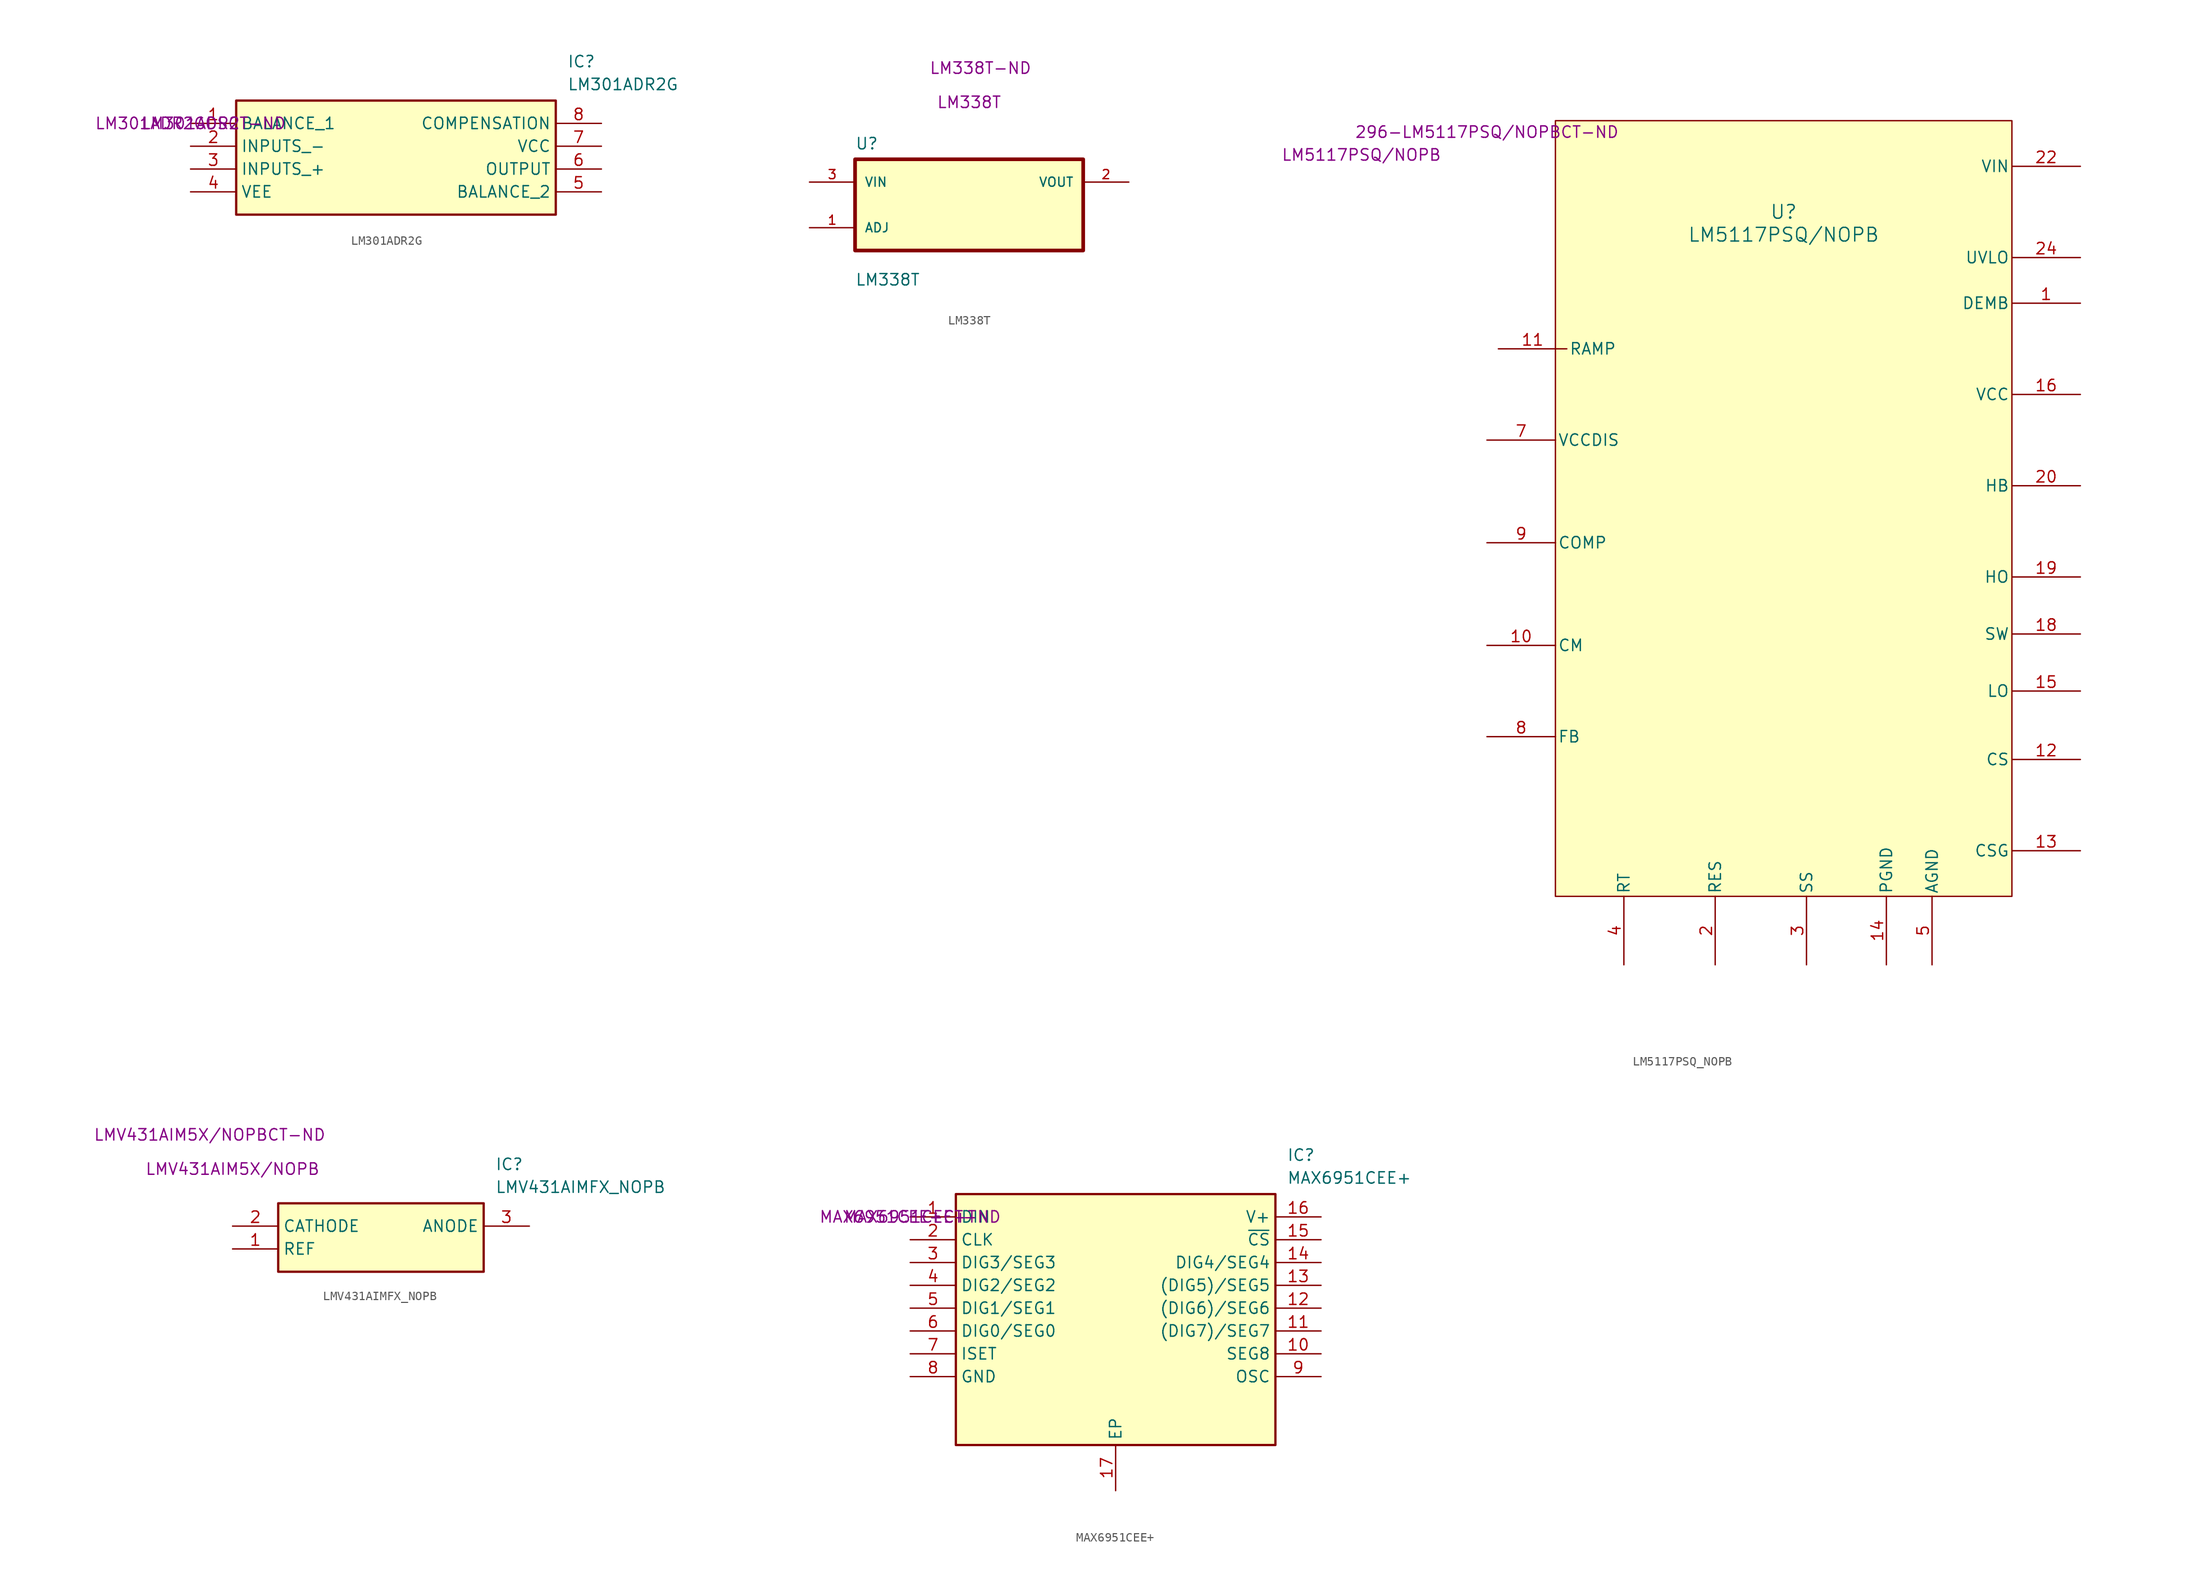
<source format=kicad_sym>
(kicad_symbol_lib
  (version 20220914)
  (generator kicad_symbol_editor)
  (symbol "LM301ADR2G"
    (property "Reference" "IC"
      (at 41.91 7.62 0)
      (effects (font (size 1.27 1.27)) (justify left top)))
    (property "Value" "LM301ADR2G"
      (at 41.91 5.08 0)
      (effects (font (size 1.27 1.27)) (justify left top)))
    (property "MPN" "LM301ADR2"
      (at 0 0 0)
      (effects (font (size 1.27 1.27))))
    (property "Digikey PN" "LM301ADR2GOSCT-ND"
      (at 0 0 0)
      (effects (font (size 1.27 1.27))))
    (symbol "LM301ADR2G_1_1"
      (rectangle (start 5.08 2.54) (end 40.64 -10.16) (stroke (width 0.254) (type default)) (fill (type background)))
      (pin passive line (at 0 0 0) (length 5.08) (name "BALANCE_1" (effects (font (size 1.27 1.27)))) (number "1" (effects (font (size 1.27 1.27)))))
      (pin passive line (at 0 -2.54 0) (length 5.08) (name "INPUTS_-" (effects (font (size 1.27 1.27)))) (number "2" (effects (font (size 1.27 1.27)))))
      (pin passive line (at 0 -5.08 0) (length 5.08) (name "INPUTS_+" (effects (font (size 1.27 1.27)))) (number "3" (effects (font (size 1.27 1.27)))))
      (pin passive line (at 0 -7.62 0) (length 5.08) (name "VEE" (effects (font (size 1.27 1.27)))) (number "4" (effects (font (size 1.27 1.27)))))
      (pin passive line (at 45.72 -7.62 180) (length 5.08) (name "BALANCE_2" (effects (font (size 1.27 1.27)))) (number "5" (effects (font (size 1.27 1.27)))))
      (pin passive line (at 45.72 -5.08 180) (length 5.08) (name "OUTPUT" (effects (font (size 1.27 1.27)))) (number "6" (effects (font (size 1.27 1.27)))))
      (pin passive line (at 45.72 -2.54 180) (length 5.08) (name "VCC" (effects (font (size 1.27 1.27)))) (number "7" (effects (font (size 1.27 1.27)))))
      (pin passive line (at 45.72 0 180) (length 5.08) (name "COMPENSATION" (effects (font (size 1.27 1.27)))) (number "8" (effects (font (size 1.27 1.27)))))))
  (symbol "LM338T"
    (pin_names
      (offset 1.016))
    (property "Reference" "U"
      (at -12.7 6.08 0)
      (effects (font (size 1.27 1.27)) (justify left bottom)))
    (property "Value" "LM338T"
      (at -12.7 -9.08 0)
      (effects (font (size 1.27 1.27)) (justify left bottom)))
    (property "MPN" "LM338T"
      (at 0 11.43 0)
      (effects (font (size 1.27 1.27))))
    (property "Digikey PN" "LM338T-ND"
      (at 1.27 15.24 0)
      (effects (font (size 1.27 1.27))))
    (symbol "LM338T_0_0"
      (rectangle (start -12.7 -5.08) (end 12.7 5.08) (stroke (width 0.41) (type default)) (fill (type background)))
      (pin input line (at -17.78 -2.54 0) (length 5.08) (name "ADJ" (effects (font (size 1.016 1.016)))) (number "1" (effects (font (size 1.016 1.016)))))
      (pin output line (at 17.78 2.54 180) (length 5.08) (name "VOUT" (effects (font (size 1.016 1.016)))) (number "2" (effects (font (size 1.016 1.016)))))
      (pin input line (at -17.78 2.54 0) (length 5.08) (name "VIN" (effects (font (size 1.016 1.016)))) (number "3" (effects (font (size 1.016 1.016)))))))
  (symbol "LM5117PSQ_NOPB"
    (pin_names
      (offset 0.254))
    (property "Reference" "U"
      (at 33.02 10.16 0)
      (effects (font (size 1.524 1.524))))
    (property "Value" "LM5117PSQ/NOPB"
      (at 33.02 7.62 0)
      (effects (font (size 1.524 1.524))))
    (property "MPN" "LM5117PSQ/NOPB"
      (at -13.97 16.51 0)
      (effects (font (size 1.27 1.27))))
    (property "Digikey PN" "296-LM5117PSQ/NOPBCT-ND"
      (at 0 19.05 0)
      (effects (font (size 1.27 1.27))))
    (symbol "LM5117PSQ_NOPB_0_1"
      (pin input line (at 66.04 0 180) (length 7.62) (name "DEMB" (effects (font (size 1.27 1.27)))) (number "1" (effects (font (size 1.27 1.27)))))
      (pin output line (at 0 -38.1 0) (length 7.62) (name "CM" (effects (font (size 1.27 1.27)))) (number "10" (effects (font (size 1.27 1.27)))))
      (pin unspecified line (at 1.27 -5.08 0) (length 7.62) (name "RAMP" (effects (font (size 1.27 1.27)))) (number "11" (effects (font (size 1.27 1.27)))))
      (pin input line (at 66.04 -50.8 180) (length 7.62) (name "CS" (effects (font (size 1.27 1.27)))) (number "12" (effects (font (size 1.27 1.27)))))
      (pin unspecified line (at 66.04 -60.96 180) (length 7.62) (name "CSG" (effects (font (size 1.27 1.27)))) (number "13" (effects (font (size 1.27 1.27)))))
      (pin power_in line (at 44.45 -73.66 90) (length 7.62) (name "PGND" (effects (font (size 1.27 1.27)))) (number "14" (effects (font (size 1.27 1.27)))))
      (pin output line (at 66.04 -43.18 180) (length 7.62) (name "LO" (effects (font (size 1.27 1.27)))) (number "15" (effects (font (size 1.27 1.27)))))
      (pin power_in line (at 66.04 -10.16 180) (length 7.62) (name "VCC" (effects (font (size 1.27 1.27)))) (number "16" (effects (font (size 1.27 1.27)))))
      (pin unspecified line (at 66.04 -36.83 180) (length 7.62) (name "SW" (effects (font (size 1.27 1.27)))) (number "18" (effects (font (size 1.27 1.27)))))
      (pin output line (at 66.04 -30.48 180) (length 7.62) (name "HO" (effects (font (size 1.27 1.27)))) (number "19" (effects (font (size 1.27 1.27)))))
      (pin unspecified line (at 25.4 -73.66 90) (length 7.62) (name "RES" (effects (font (size 1.27 1.27)))) (number "2" (effects (font (size 1.27 1.27)))))
      (pin unspecified line (at 66.04 -20.32 180) (length 7.62) (name "HB" (effects (font (size 1.27 1.27)))) (number "20" (effects (font (size 1.27 1.27)))))
      (pin input line (at 66.04 15.24 180) (length 7.62) (name "VIN" (effects (font (size 1.27 1.27)))) (number "22" (effects (font (size 1.27 1.27)))))
      (pin unspecified line (at 66.04 5.08 180) (length 7.62) (name "UVLO" (effects (font (size 1.27 1.27)))) (number "24" (effects (font (size 1.27 1.27)))))
      (pin unspecified line (at 35.56 -73.66 90) (length 7.62) (name "SS" (effects (font (size 1.27 1.27)))) (number "3" (effects (font (size 1.27 1.27)))))
      (pin unspecified line (at 15.24 -73.66 90) (length 7.62) (name "RT" (effects (font (size 1.27 1.27)))) (number "4" (effects (font (size 1.27 1.27)))))
      (pin power_in line (at 49.53 -73.66 90) (length 7.62) (name "AGND" (effects (font (size 1.27 1.27)))) (number "5" (effects (font (size 1.27 1.27)))))
      (pin power_in line (at 0 -15.24 0) (length 7.62) (name "VCCDIS" (effects (font (size 1.27 1.27)))) (number "7" (effects (font (size 1.27 1.27)))))
      (pin input line (at 0 -48.26 0) (length 7.62) (name "FB" (effects (font (size 1.27 1.27)))) (number "8" (effects (font (size 1.27 1.27)))))
      (pin output line (at 0 -26.67 0) (length 7.62) (name "COMP" (effects (font (size 1.27 1.27)))) (number "9" (effects (font (size 1.27 1.27))))))
    (symbol "LM5117PSQ_NOPB_1_1"
      (rectangle (start 7.62 20.32) (end 58.42 -66.04) (stroke (width 0) (type default)) (fill (type background)))))
  (symbol "LMV431AIMFX_NOPB"
    (property "Reference" "IC"
      (at 29.21 7.62 0)
      (effects (font (size 1.27 1.27)) (justify left top)))
    (property "Value" "LMV431AIMFX_NOPB"
      (at 29.21 5.08 0)
      (effects (font (size 1.27 1.27)) (justify left top)))
    (property "MPN" "LMV431AIM5X/NOPB"
      (at 0 6.35 0)
      (effects (font (size 1.27 1.27))))
    (property "Digikey PN" "LMV431AIM5X/NOPBCT-ND"
      (at -2.54 10.16 0)
      (effects (font (size 1.27 1.27))))
    (symbol "LMV431AIMFX_NOPB_1_1"
      (rectangle (start 5.08 2.54) (end 27.94 -5.08) (stroke (width 0.254) (type default)) (fill (type background)))
      (pin passive line (at 0 -2.54 0) (length 5.08) (name "REF" (effects (font (size 1.27 1.27)))) (number "1" (effects (font (size 1.27 1.27)))))
      (pin passive line (at 0 0 0) (length 5.08) (name "CATHODE" (effects (font (size 1.27 1.27)))) (number "2" (effects (font (size 1.27 1.27)))))
      (pin passive line (at 33.02 0 180) (length 5.08) (name "ANODE" (effects (font (size 1.27 1.27)))) (number "3" (effects (font (size 1.27 1.27)))))))
  (symbol "MAX6951CEE+"
    (property "Reference" "IC"
      (at 41.91 7.62 0)
      (effects (font (size 1.27 1.27)) (justify left top)))
    (property "Value" "MAX6951CEE+"
      (at 41.91 5.08 0)
      (effects (font (size 1.27 1.27)) (justify left top)))
    (property "MPN" "MAX6951CEE+T"
      (at 0 0 0)
      (effects (font (size 1.27 1.27))))
    (property "Digikey PN" "MAX6951CEE+CT-ND"
      (at 0 0 0)
      (effects (font (size 1.27 1.27))))
    (symbol "MAX6951CEE+_1_1"
      (rectangle (start 5.08 2.54) (end 40.64 -25.4) (stroke (width 0.254) (type default)) (fill (type background)))
      (pin passive line (at 0 0 0) (length 5.08) (name "DIN" (effects (font (size 1.27 1.27)))) (number "1" (effects (font (size 1.27 1.27)))))
      (pin passive line (at 45.72 -15.24 180) (length 5.08) (name "SEG8" (effects (font (size 1.27 1.27)))) (number "10" (effects (font (size 1.27 1.27)))))
      (pin passive line (at 45.72 -12.7 180) (length 5.08) (name "(DIG7)/SEG7" (effects (font (size 1.27 1.27)))) (number "11" (effects (font (size 1.27 1.27)))))
      (pin passive line (at 45.72 -10.16 180) (length 5.08) (name "(DIG6)/SEG6" (effects (font (size 1.27 1.27)))) (number "12" (effects (font (size 1.27 1.27)))))
      (pin passive line (at 45.72 -7.62 180) (length 5.08) (name "(DIG5)/SEG5" (effects (font (size 1.27 1.27)))) (number "13" (effects (font (size 1.27 1.27)))))
      (pin passive line (at 45.72 -5.08 180) (length 5.08) (name "DIG4/SEG4" (effects (font (size 1.27 1.27)))) (number "14" (effects (font (size 1.27 1.27)))))
      (pin passive line (at 45.72 -2.54 180) (length 5.08) (name "~{CS}" (effects (font (size 1.27 1.27)))) (number "15" (effects (font (size 1.27 1.27)))))
      (pin passive line (at 45.72 0 180) (length 5.08) (name "V+" (effects (font (size 1.27 1.27)))) (number "16" (effects (font (size 1.27 1.27)))))
      (pin passive line (at 22.86 -30.48 90) (length 5.08) (name "EP" (effects (font (size 1.27 1.27)))) (number "17" (effects (font (size 1.27 1.27)))))
      (pin passive line (at 0 -2.54 0) (length 5.08) (name "CLK" (effects (font (size 1.27 1.27)))) (number "2" (effects (font (size 1.27 1.27)))))
      (pin passive line (at 0 -5.08 0) (length 5.08) (name "DIG3/SEG3" (effects (font (size 1.27 1.27)))) (number "3" (effects (font (size 1.27 1.27)))))
      (pin passive line (at 0 -7.62 0) (length 5.08) (name "DIG2/SEG2" (effects (font (size 1.27 1.27)))) (number "4" (effects (font (size 1.27 1.27)))))
      (pin passive line (at 0 -10.16 0) (length 5.08) (name "DIG1/SEG1" (effects (font (size 1.27 1.27)))) (number "5" (effects (font (size 1.27 1.27)))))
      (pin passive line (at 0 -12.7 0) (length 5.08) (name "DIG0/SEG0" (effects (font (size 1.27 1.27)))) (number "6" (effects (font (size 1.27 1.27)))))
      (pin passive line (at 0 -15.24 0) (length 5.08) (name "ISET" (effects (font (size 1.27 1.27)))) (number "7" (effects (font (size 1.27 1.27)))))
      (pin passive line (at 0 -17.78 0) (length 5.08) (name "GND" (effects (font (size 1.27 1.27)))) (number "8" (effects (font (size 1.27 1.27)))))
      (pin passive line (at 45.72 -17.78 180) (length 5.08) (name "OSC" (effects (font (size 1.27 1.27)))) (number "9" (effects (font (size 1.27 1.27))))))))
</source>
